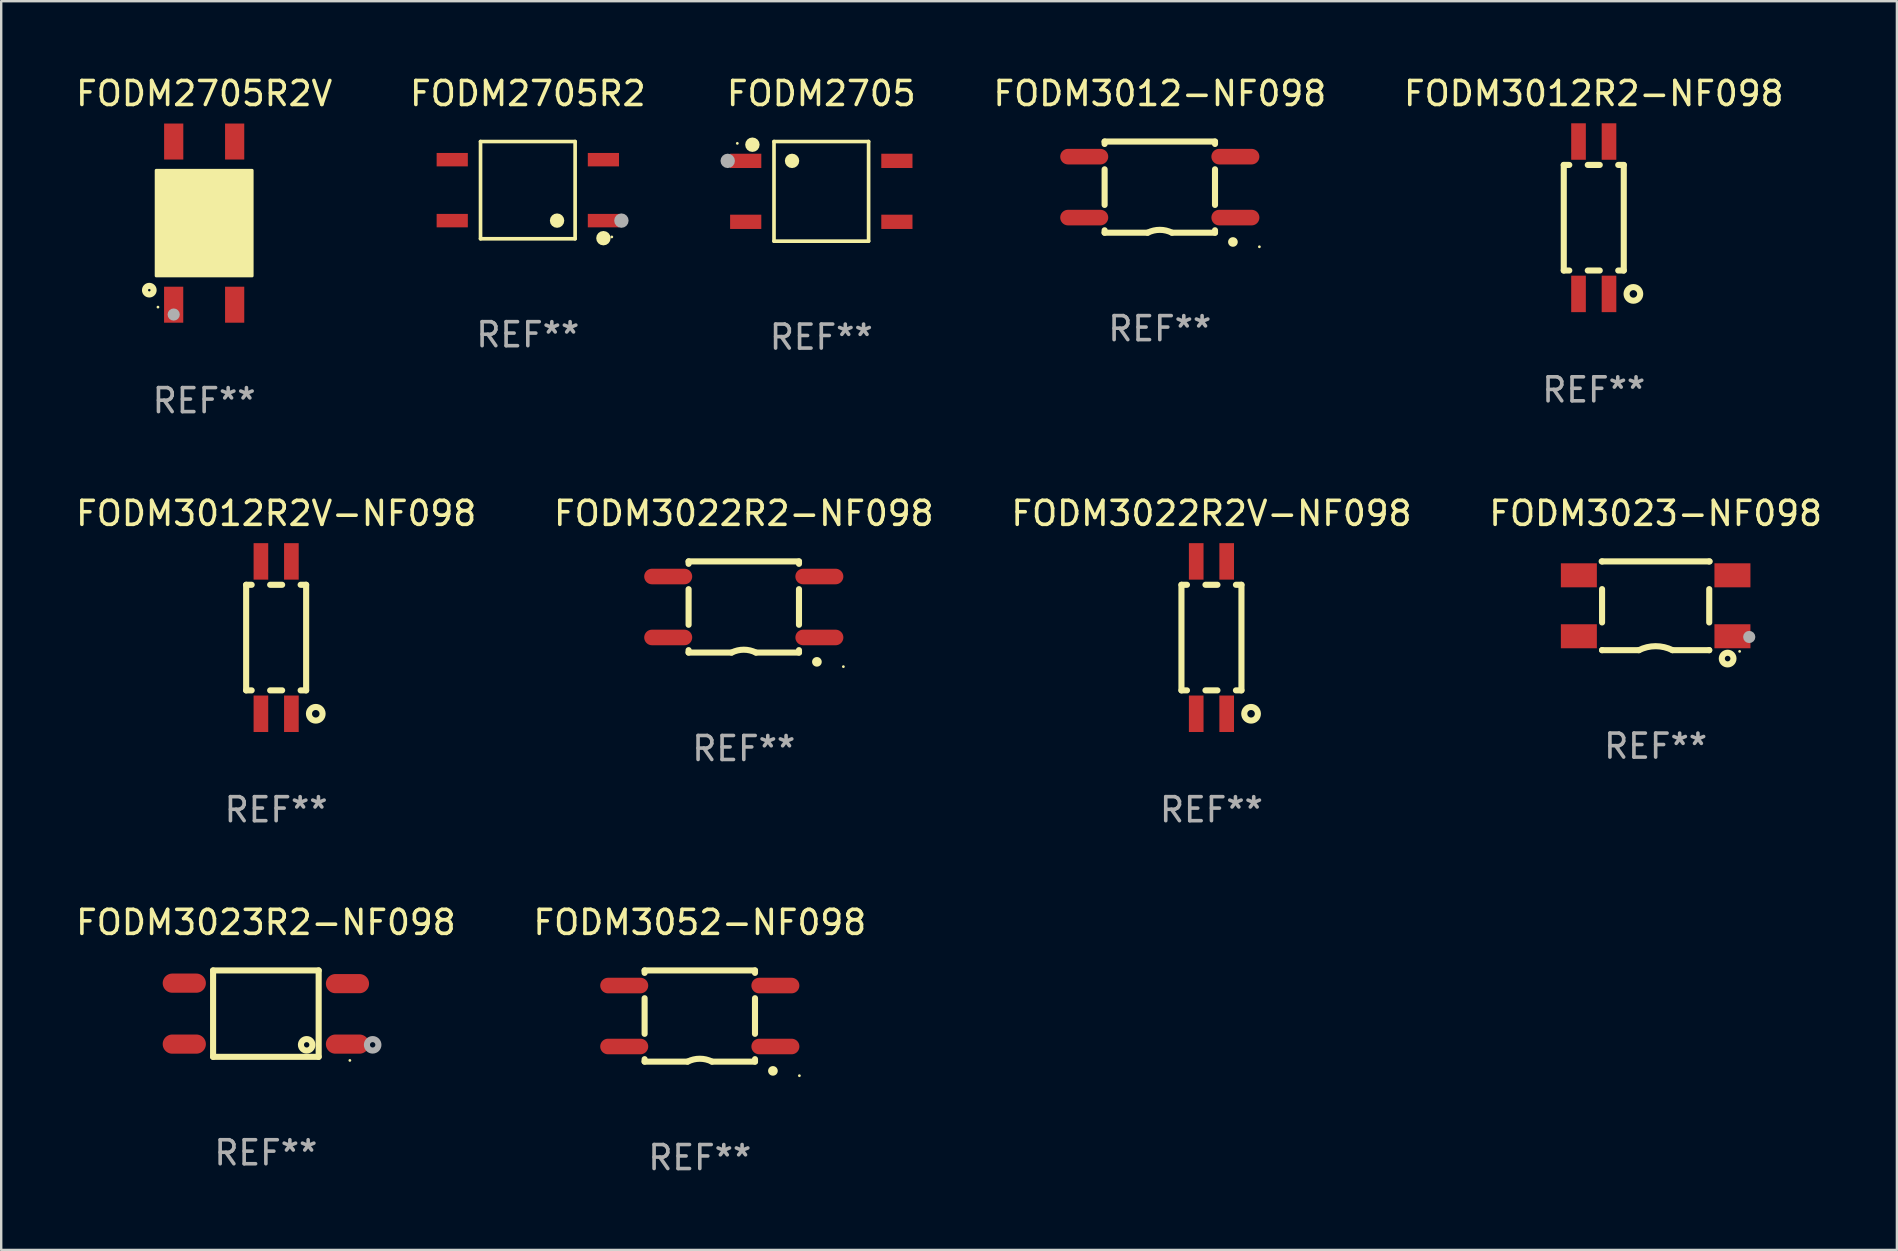
<source format=kicad_pcb>
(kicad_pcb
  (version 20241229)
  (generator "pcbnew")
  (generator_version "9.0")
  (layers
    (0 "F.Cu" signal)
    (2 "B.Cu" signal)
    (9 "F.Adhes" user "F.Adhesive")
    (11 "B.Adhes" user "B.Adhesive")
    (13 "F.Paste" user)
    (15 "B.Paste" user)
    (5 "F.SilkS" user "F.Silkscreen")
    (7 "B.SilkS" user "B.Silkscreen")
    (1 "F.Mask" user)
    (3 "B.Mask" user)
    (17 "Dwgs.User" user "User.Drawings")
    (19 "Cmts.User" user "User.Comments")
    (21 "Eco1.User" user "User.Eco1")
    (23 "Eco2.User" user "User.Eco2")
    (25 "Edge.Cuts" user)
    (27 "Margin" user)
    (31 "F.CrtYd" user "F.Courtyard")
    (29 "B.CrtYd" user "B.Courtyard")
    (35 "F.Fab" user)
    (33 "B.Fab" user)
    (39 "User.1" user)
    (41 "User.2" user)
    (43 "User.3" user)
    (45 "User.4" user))
  (footprint "FODM3012R2-NF098"
    (layer "F.Cu")
    (at 63.367 6.023)
    (property "Reference" "FODM3012R2-NF098" (at 0 -5.175 0) (layer "F.SilkS") (effects (font (size 1 1) (thickness 0.15))))
    (attr through_hole)
    (fp_line (start -1.25 -2.2) (end -1.25 2.2) (stroke (width 0.254) (type solid)) (layer "F.SilkS"))
    (fp_line (start -1.25 -2.2) (end -1.02 -2.2) (stroke (width 0.254) (type solid)) (layer "F.SilkS"))
    (fp_line (start -1.25 2.2) (end -1.02 2.2) (stroke (width 0.254) (type solid)) (layer "F.SilkS"))
    (fp_line (start -0.25 -2.2) (end 0.25 -2.2) (stroke (width 0.254) (type solid)) (layer "F.SilkS"))
    (fp_line (start -0.25 2.2) (end 0.25 2.2) (stroke (width 0.254) (type solid)) (layer "F.SilkS"))
    (fp_line (start 1.02 2.2) (end 1.25 2.2) (stroke (width 0.254) (type solid)) (layer "F.SilkS"))
    (fp_line (start 1.02 -2.2) (end 1.25 -2.2) (stroke (width 0.254) (type solid)) (layer "F.SilkS"))
    (fp_line (start 1.25 2.2) (end 1.25 -2.2) (stroke (width 0.254) (type solid)) (layer "F.SilkS"))
    (fp_circle (center 1.651 3.175) (end 1.935 3.175) (stroke (width 0.254) (type solid)) (fill no) (layer "F.SilkS"))
    (fp_text user "REF**" (at 0 7.175 0) (layer "F.Fab") (effects (font (size 1 1) (thickness 0.15))))
    (pad "1" smd rect (at 0.635 3.175 180) (size 0.61 1.52) (layers "F.Cu" "F.Mask" "F.Paste"))
    (pad "2" smd rect (at -0.635 3.175 180) (size 0.61 1.52) (layers "F.Cu" "F.Mask" "F.Paste"))
    (pad "3" smd rect (at -0.635 -3.175 180) (size 0.61 1.52) (layers "F.Cu" "F.Mask" "F.Paste"))
    (pad "4" smd rect (at 0.635 -3.175 180) (size 0.61 1.52) (layers "F.Cu" "F.Mask" "F.Paste")))
  (footprint "FODM3052-NF098"
    (layer "F.Cu")
    (at 26.113 39.291)
    (property "Reference" "FODM3052-NF098" (at 0 -3.9 0) (layer "F.SilkS") (effects (font (size 1 1) (thickness 0.15))))
    (attr through_hole)
    (fp_line (start -2.3 -1.9) (end 2.3 -1.9) (stroke (width 0.254) (type solid)) (layer "F.SilkS"))
    (fp_line (start -2.3 -1.798) (end -2.3 -1.9) (stroke (width 0.254) (type solid)) (layer "F.SilkS"))
    (fp_line (start -2.3 0.742) (end -2.3 -0.742) (stroke (width 0.254) (type solid)) (layer "F.SilkS"))
    (fp_line (start -2.3 1.9) (end -2.3 1.798) (stroke (width 0.254) (type solid)) (layer "F.SilkS"))
    (fp_line (start -2.3 1.9) (end -0.508 1.9) (stroke (width 0.254) (type solid)) (layer "F.SilkS"))
    (fp_line (start 2.3 -1.798) (end 2.3 -1.9) (stroke (width 0.254) (type solid)) (layer "F.SilkS"))
    (fp_line (start 2.3 0.742) (end 2.3 -0.742) (stroke (width 0.254) (type solid)) (layer "F.SilkS"))
    (fp_line (start 2.3 1.9) (end 0.508 1.9) (stroke (width 0.254) (type solid)) (layer "F.SilkS"))
    (fp_line (start 2.3 1.9) (end 2.3 1.798) (stroke (width 0.254) (type solid)) (layer "F.SilkS"))
    (fp_arc (start -0.508001 1.899975) (mid -0.000133 1.780049) (end 0.507747 1.899924) (stroke (width 0.254001) (type solid)) (layer "F.SilkS"))
    (fp_arc (start 3.045466 2.286005) (mid 3.046736 2.286) (end 3.048006 2.286005) (stroke (width 0.4) (type solid)) (layer "F.SilkS"))
    (fp_circle (center 4.15 2.486) (end 4.18 2.486) (stroke (width 0.06) (type solid)) (fill no) (layer "F.SilkS"))
    (fp_text user "REF**" (at 0 5.9 0) (layer "F.Fab") (effects (font (size 1 1) (thickness 0.15))))
    (pad "1" smd oval (at 3.15 1.27 270) (size 0.65 2) (layers "F.Cu" "F.Mask" "F.Paste"))
    (pad "2" smd oval (at 3.149 -1.27 270) (size 0.65 2) (layers "F.Cu" "F.Mask" "F.Paste"))
    (pad "3" smd oval (at -3.15 -1.27 270) (size 0.65 2) (layers "F.Cu" "F.Mask" "F.Paste"))
    (pad "4" smd oval (at -3.15 1.27 270) (size 0.65 2) (layers "F.Cu" "F.Mask" "F.Paste")))
  (footprint "FODM2705"
    (layer "F.Cu")
    (at 31.176 4.924)
    (property "Reference" "FODM2705" (at 0 -4.076 0) (layer "F.SilkS") (effects (font (size 1 1) (thickness 0.15))))
    (attr through_hole)
    (fp_line (start -1.971 -2.076) (end 1.971 -2.076) (stroke (width 0.152) (type solid)) (layer "F.SilkS"))
    (fp_line (start -1.971 2.076) (end -1.971 -2.076) (stroke (width 0.152) (type solid)) (layer "F.SilkS"))
    (fp_line (start 1.971 -2.076) (end 1.971 2.076) (stroke (width 0.152) (type solid)) (layer "F.SilkS"))
    (fp_line (start 1.971 2.076) (end -1.971 2.076) (stroke (width 0.152) (type solid)) (layer "F.SilkS"))
    (fp_circle (center -3.5 -2) (end -3.47 -2) (stroke (width 0.06) (type solid)) (fill no) (layer "F.SilkS"))
    (fp_circle (center -2.871 -1.944) (end -2.72 -1.944) (stroke (width 0.3) (type solid)) (fill no) (layer "F.SilkS"))
    (fp_circle (center -1.219 -1.27) (end -1.069 -1.27) (stroke (width 0.3) (type solid)) (fill no) (layer "F.SilkS"))
    (fp_circle (center -3.9 -1.27) (end -3.75 -1.27) (stroke (width 0.3) (type solid)) (fill no) (layer "F.Fab"))
    (fp_text user "REF**" (at 0 6.076 0) (layer "F.Fab") (effects (font (size 1 1) (thickness 0.15))))
    (pad "1" smd rect (at -3.15 -1.27 270) (size 0.595 1.3) (layers "F.Cu" "F.Mask" "F.Paste"))
    (pad "2" smd rect (at -3.15 1.27 270) (size 0.595 1.3) (layers "F.Cu" "F.Mask" "F.Paste"))
    (pad "3" smd rect (at 3.15 1.27 270) (size 0.595 1.3) (layers "F.Cu" "F.Mask" "F.Paste"))
    (pad "4" smd rect (at 3.15 -1.27 270) (size 0.595 1.3) (layers "F.Cu" "F.Mask" "F.Paste")))
  (footprint "FODM3022R2-NF098"
    (layer "F.Cu")
    (at 27.946 22.245)
    (property "Reference" "FODM3022R2-NF098" (at 0 -3.9 0) (layer "F.SilkS") (effects (font (size 1 1) (thickness 0.15))))
    (attr through_hole)
    (fp_line (start -2.3 -1.9) (end 2.3 -1.9) (stroke (width 0.254) (type solid)) (layer "F.SilkS"))
    (fp_line (start -2.3 -1.798) (end -2.3 -1.9) (stroke (width 0.254) (type solid)) (layer "F.SilkS"))
    (fp_line (start -2.3 0.742) (end -2.3 -0.742) (stroke (width 0.254) (type solid)) (layer "F.SilkS"))
    (fp_line (start -2.3 1.9) (end -2.3 1.798) (stroke (width 0.254) (type solid)) (layer "F.SilkS"))
    (fp_line (start -2.3 1.9) (end -0.508 1.9) (stroke (width 0.254) (type solid)) (layer "F.SilkS"))
    (fp_line (start 2.3 -1.798) (end 2.3 -1.9) (stroke (width 0.254) (type solid)) (layer "F.SilkS"))
    (fp_line (start 2.3 0.742) (end 2.3 -0.742) (stroke (width 0.254) (type solid)) (layer "F.SilkS"))
    (fp_line (start 2.3 1.9) (end 0.508 1.9) (stroke (width 0.254) (type solid)) (layer "F.SilkS"))
    (fp_line (start 2.3 1.9) (end 2.3 1.798) (stroke (width 0.254) (type solid)) (layer "F.SilkS"))
    (fp_arc (start -0.508001 1.899975) (mid -0.000133 1.780049) (end 0.507747 1.899924) (stroke (width 0.254001) (type solid)) (layer "F.SilkS"))
    (fp_arc (start 3.045466 2.286005) (mid 3.046736 2.286) (end 3.048006 2.286005) (stroke (width 0.4) (type solid)) (layer "F.SilkS"))
    (fp_circle (center 4.15 2.486) (end 4.18 2.486) (stroke (width 0.06) (type solid)) (fill no) (layer "F.SilkS"))
    (fp_text user "REF**" (at 0 5.9 0) (layer "F.Fab") (effects (font (size 1 1) (thickness 0.15))))
    (pad "1" smd oval (at 3.15 1.27 270) (size 0.65 2) (layers "F.Cu" "F.Mask" "F.Paste"))
    (pad "2" smd oval (at 3.149 -1.27 270) (size 0.65 2) (layers "F.Cu" "F.Mask" "F.Paste"))
    (pad "3" smd oval (at -3.15 -1.27 270) (size 0.65 2) (layers "F.Cu" "F.Mask" "F.Paste"))
    (pad "4" smd oval (at -3.15 1.27 270) (size 0.65 2) (layers "F.Cu" "F.Mask" "F.Paste")))
  (footprint "FODM3012-NF098"
    (layer "F.Cu")
    (at 45.283 4.748)
    (property "Reference" "FODM3012-NF098" (at 0 -3.9 0) (layer "F.SilkS") (effects (font (size 1 1) (thickness 0.15))))
    (attr through_hole)
    (fp_line (start -2.3 -1.9) (end 2.3 -1.9) (stroke (width 0.254) (type solid)) (layer "F.SilkS"))
    (fp_line (start -2.3 -1.798) (end -2.3 -1.9) (stroke (width 0.254) (type solid)) (layer "F.SilkS"))
    (fp_line (start -2.3 0.742) (end -2.3 -0.742) (stroke (width 0.254) (type solid)) (layer "F.SilkS"))
    (fp_line (start -2.3 1.9) (end -2.3 1.798) (stroke (width 0.254) (type solid)) (layer "F.SilkS"))
    (fp_line (start -2.3 1.9) (end -0.508 1.9) (stroke (width 0.254) (type solid)) (layer "F.SilkS"))
    (fp_line (start 2.3 -1.798) (end 2.3 -1.9) (stroke (width 0.254) (type solid)) (layer "F.SilkS"))
    (fp_line (start 2.3 0.742) (end 2.3 -0.742) (stroke (width 0.254) (type solid)) (layer "F.SilkS"))
    (fp_line (start 2.3 1.9) (end 0.508 1.9) (stroke (width 0.254) (type solid)) (layer "F.SilkS"))
    (fp_line (start 2.3 1.9) (end 2.3 1.798) (stroke (width 0.254) (type solid)) (layer "F.SilkS"))
    (fp_arc (start -0.508001 1.899975) (mid -0.000133 1.780049) (end 0.507747 1.899924) (stroke (width 0.254001) (type solid)) (layer "F.SilkS"))
    (fp_arc (start 3.045466 2.286005) (mid 3.046736 2.286) (end 3.048006 2.286005) (stroke (width 0.4) (type solid)) (layer "F.SilkS"))
    (fp_circle (center 4.15 2.486) (end 4.18 2.486) (stroke (width 0.06) (type solid)) (fill no) (layer "F.SilkS"))
    (fp_text user "REF**" (at 0 5.9 0) (layer "F.Fab") (effects (font (size 1 1) (thickness 0.15))))
    (pad "1" smd oval (at 3.15 1.27 270) (size 0.65 2) (layers "F.Cu" "F.Mask" "F.Paste"))
    (pad "2" smd oval (at 3.149 -1.27 270) (size 0.65 2) (layers "F.Cu" "F.Mask" "F.Paste"))
    (pad "3" smd oval (at -3.15 -1.27 270) (size 0.65 2) (layers "F.Cu" "F.Mask" "F.Paste"))
    (pad "4" smd oval (at -3.15 1.27 270) (size 0.65 2) (layers "F.Cu" "F.Mask" "F.Paste")))
  (footprint "FODM3012R2V-NF098"
    (layer "F.Cu")
    (at 8.458 23.52)
    (property "Reference" "FODM3012R2V-NF098" (at 0 -5.175 0) (layer "F.SilkS") (effects (font (size 1 1) (thickness 0.15))))
    (attr through_hole)
    (fp_line (start -1.25 -2.2) (end -1.25 2.2) (stroke (width 0.254) (type solid)) (layer "F.SilkS"))
    (fp_line (start -1.25 -2.2) (end -1.02 -2.2) (stroke (width 0.254) (type solid)) (layer "F.SilkS"))
    (fp_line (start -1.25 2.2) (end -1.02 2.2) (stroke (width 0.254) (type solid)) (layer "F.SilkS"))
    (fp_line (start -0.25 -2.2) (end 0.25 -2.2) (stroke (width 0.254) (type solid)) (layer "F.SilkS"))
    (fp_line (start -0.25 2.2) (end 0.25 2.2) (stroke (width 0.254) (type solid)) (layer "F.SilkS"))
    (fp_line (start 1.02 2.2) (end 1.25 2.2) (stroke (width 0.254) (type solid)) (layer "F.SilkS"))
    (fp_line (start 1.02 -2.2) (end 1.25 -2.2) (stroke (width 0.254) (type solid)) (layer "F.SilkS"))
    (fp_line (start 1.25 2.2) (end 1.25 -2.2) (stroke (width 0.254) (type solid)) (layer "F.SilkS"))
    (fp_circle (center 1.651 3.175) (end 1.935 3.175) (stroke (width 0.254) (type solid)) (fill no) (layer "F.SilkS"))
    (fp_text user "REF**" (at 0 7.175 0) (layer "F.Fab") (effects (font (size 1 1) (thickness 0.15))))
    (pad "1" smd rect (at 0.635 3.175 180) (size 0.61 1.52) (layers "F.Cu" "F.Mask" "F.Paste"))
    (pad "2" smd rect (at -0.635 3.175 180) (size 0.61 1.52) (layers "F.Cu" "F.Mask" "F.Paste"))
    (pad "3" smd rect (at -0.635 -3.175 180) (size 0.61 1.52) (layers "F.Cu" "F.Mask" "F.Paste"))
    (pad "4" smd rect (at 0.635 -3.175 180) (size 0.61 1.52) (layers "F.Cu" "F.Mask" "F.Paste")))
  (footprint "FODM2705R2V"
    (layer "F.Cu")
    (at 5.458 6.248)
    (property "Reference" "FODM2705R2V" (at 0 -5.4 0) (layer "F.SilkS") (effects (font (size 1 1) (thickness 0.15))))
    (attr through_hole)
    (fp_circle (center -2.286 2.794) (end -2.107 2.794) (stroke (width 0.254) (type solid)) (fill no) (layer "F.SilkS"))
    (fp_circle (center -1.925 3.5) (end -1.895 3.5) (stroke (width 0.06) (type solid)) (fill no) (layer "F.SilkS"))
    (fp_circle (center -1.017 1.27) (end -0.636 1.27) (stroke (width 0.254) (type solid)) (fill no) (layer "F.SilkS"))
    (fp_poly (pts (xy -2 -2.2) (xy 2 -2.2) (xy 2 2.2) (xy -2 2.2)) (stroke (width 0.12) (type solid)) (fill yes) (layer "F.SilkS"))
    (fp_circle (center -1.27 3.81) (end -1.143 3.81) (stroke (width 0.254) (type solid)) (fill no) (layer "F.Fab"))
    (fp_text user "REF**" (at 0 7.4 0) (layer "F.Fab") (effects (font (size 1 1) (thickness 0.15))))
    (pad "1" smd rect (at -1.271 3.4 90) (size 1.5 0.8) (layers "F.Cu" "F.Mask" "F.Paste"))
    (pad "2" smd rect (at 1.271 3.4 90) (size 1.5 0.8) (layers "F.Cu" "F.Mask" "F.Paste"))
    (pad "3" smd rect (at 1.271 -3.4 90) (size 1.5 0.8) (layers "F.Cu" "F.Mask" "F.Paste"))
    (pad "4" smd rect (at -1.269 -3.4 90) (size 1.5 0.8) (layers "F.Cu" "F.Mask" "F.Paste")))
  (footprint "FODM2705R2"
    (layer "F.Cu")
    (at 18.946 4.874)
    (property "Reference" "FODM2705R2" (at 0 -4.026 0) (layer "F.SilkS") (effects (font (size 1 1) (thickness 0.15))))
    (attr through_hole)
    (fp_line (start -1.971 -2.026) (end 1.971 -2.026) (stroke (width 0.152) (type solid)) (layer "F.SilkS"))
    (fp_line (start -1.971 2.026) (end -1.971 -2.026) (stroke (width 0.152) (type solid)) (layer "F.SilkS"))
    (fp_line (start 1.971 -2.026) (end 1.971 2.026) (stroke (width 0.152) (type solid)) (layer "F.SilkS"))
    (fp_line (start 1.971 2.026) (end -1.971 2.026) (stroke (width 0.152) (type solid)) (layer "F.SilkS"))
    (fp_circle (center 1.219 1.27) (end 1.369 1.27) (stroke (width 0.3) (type solid)) (fill no) (layer "F.SilkS"))
    (fp_circle (center 3.15 2.002) (end 3.3 2.002) (stroke (width 0.3) (type solid)) (fill no) (layer "F.SilkS"))
    (fp_circle (center 3.5 1.95) (end 3.53 1.95) (stroke (width 0.06) (type solid)) (fill no) (layer "F.SilkS"))
    (fp_circle (center 3.9 1.27) (end 4.05 1.27) (stroke (width 0.3) (type solid)) (fill no) (layer "F.Fab"))
    (fp_text user "REF**" (at 0 6.026 0) (layer "F.Fab") (effects (font (size 1 1) (thickness 0.15))))
    (pad "1" smd rect (at 3.15 1.27 90) (size 0.56 1.3) (layers "F.Cu" "F.Mask" "F.Paste"))
    (pad "2" smd rect (at 3.15 -1.27 90) (size 0.56 1.3) (layers "F.Cu" "F.Mask" "F.Paste"))
    (pad "3" smd rect (at -3.15 -1.27 90) (size 0.56 1.3) (layers "F.Cu" "F.Mask" "F.Paste"))
    (pad "4" smd rect (at -3.15 1.27 90) (size 0.56 1.3) (layers "F.Cu" "F.Mask" "F.Paste")))
  (footprint "FODM3023-NF098"
    (layer "F.Cu")
    (at 65.946 22.195)
    (property "Reference" "FODM3023-NF098" (at 0 -3.85 0) (layer "F.SilkS") (effects (font (size 1 1) (thickness 0.15))))
    (attr through_hole)
    (fp_line (start -2.25 -1.85) (end 2.25 -1.85) (stroke (width 0.254) (type solid)) (layer "F.SilkS"))
    (fp_line (start -2.233 -1.845) (end -2.233 -1.85) (stroke (width 0.254) (type solid)) (layer "F.SilkS"))
    (fp_line (start -2.233 0.695) (end -2.233 -0.695) (stroke (width 0.254) (type solid)) (layer "F.SilkS"))
    (fp_line (start -2.233 1.85) (end -2.233 1.845) (stroke (width 0.254) (type solid)) (layer "F.SilkS"))
    (fp_line (start -2.233 1.85) (end -0.7 1.85) (stroke (width 0.254) (type solid)) (layer "F.SilkS"))
    (fp_line (start 2.233 -1.845) (end 2.233 -1.85) (stroke (width 0.254) (type solid)) (layer "F.SilkS"))
    (fp_line (start 2.233 0.695) (end 2.233 -0.695) (stroke (width 0.254) (type solid)) (layer "F.SilkS"))
    (fp_line (start 2.233 1.85) (end 0.7 1.85) (stroke (width 0.254) (type solid)) (layer "F.SilkS"))
    (fp_line (start 2.233 1.85) (end 2.233 1.845) (stroke (width 0.254) (type solid)) (layer "F.SilkS"))
    (fp_arc (start -0.700076 1.850013) (mid 0.000182 1.683921) (end 0.700711 1.84887) (stroke (width 0.254001) (type solid)) (layer "F.SilkS"))
    (fp_circle (center 3 2.2) (end 3.116 2.2) (stroke (width 0.254) (type solid)) (fill no) (layer "F.SilkS"))
    (fp_circle (center 3.5 1.9) (end 3.53 1.9) (stroke (width 0.06) (type solid)) (fill no) (layer "F.SilkS"))
    (fp_circle (center 3.9 1.3) (end 4.027 1.3) (stroke (width 0.254) (type solid)) (fill no) (layer "F.Fab"))
    (fp_text user "REF**" (at 0 5.85 0) (layer "F.Fab") (effects (font (size 1 1) (thickness 0.15))))
    (pad "1" smd rect (at 3.2 1.27 180) (size 1.5 1.001) (layers "F.Cu" "F.Mask" "F.Paste"))
    (pad "2" smd rect (at 3.2 -1.27 180) (size 1.5 1.001) (layers "F.Cu" "F.Mask" "F.Paste"))
    (pad "3" smd rect (at -3.2 -1.27 180) (size 1.5 1.001) (layers "F.Cu" "F.Mask" "F.Paste"))
    (pad "4" smd rect (at -3.2 1.27 180) (size 1.5 1.001) (layers "F.Cu" "F.Mask" "F.Paste")))
  (footprint "FODM3022R2V-NF098"
    (layer "F.Cu")
    (at 47.435 23.52)
    (property "Reference" "FODM3022R2V-NF098" (at 0 -5.175 0) (layer "F.SilkS") (effects (font (size 1 1) (thickness 0.15))))
    (attr through_hole)
    (fp_line (start -1.25 -2.2) (end -1.25 2.2) (stroke (width 0.254) (type solid)) (layer "F.SilkS"))
    (fp_line (start -1.25 -2.2) (end -1.02 -2.2) (stroke (width 0.254) (type solid)) (layer "F.SilkS"))
    (fp_line (start -1.25 2.2) (end -1.02 2.2) (stroke (width 0.254) (type solid)) (layer "F.SilkS"))
    (fp_line (start -0.25 -2.2) (end 0.25 -2.2) (stroke (width 0.254) (type solid)) (layer "F.SilkS"))
    (fp_line (start -0.25 2.2) (end 0.25 2.2) (stroke (width 0.254) (type solid)) (layer "F.SilkS"))
    (fp_line (start 1.02 2.2) (end 1.25 2.2) (stroke (width 0.254) (type solid)) (layer "F.SilkS"))
    (fp_line (start 1.02 -2.2) (end 1.25 -2.2) (stroke (width 0.254) (type solid)) (layer "F.SilkS"))
    (fp_line (start 1.25 2.2) (end 1.25 -2.2) (stroke (width 0.254) (type solid)) (layer "F.SilkS"))
    (fp_circle (center 1.651 3.175) (end 1.935 3.175) (stroke (width 0.254) (type solid)) (fill no) (layer "F.SilkS"))
    (fp_text user "REF**" (at 0 7.175 0) (layer "F.Fab") (effects (font (size 1 1) (thickness 0.15))))
    (pad "1" smd rect (at 0.635 3.175 180) (size 0.61 1.52) (layers "F.Cu" "F.Mask" "F.Paste"))
    (pad "2" smd rect (at -0.635 3.175 180) (size 0.61 1.52) (layers "F.Cu" "F.Mask" "F.Paste"))
    (pad "3" smd rect (at -0.635 -3.175 180) (size 0.61 1.52) (layers "F.Cu" "F.Mask" "F.Paste"))
    (pad "4" smd rect (at 0.635 -3.175 180) (size 0.61 1.52) (layers "F.Cu" "F.Mask" "F.Paste")))
  (footprint "FODM3023R2-NF098"
    (layer "F.Cu")
    (at 8.03 39.191)
    (property "Reference" "FODM3023R2-NF098" (at 0 -3.8 0) (layer "F.SilkS") (effects (font (size 1 1) (thickness 0.15))))
    (attr through_hole)
    (fp_line (start -2.2 -1.8) (end 2.2 -1.8) (stroke (width 0.254) (type solid)) (layer "F.SilkS"))
    (fp_line (start -2.2 1.8) (end -2.2 -1.8) (stroke (width 0.254) (type solid)) (layer "F.SilkS"))
    (fp_line (start 2.2 -1.8) (end 2.2 1.8) (stroke (width 0.254) (type solid)) (layer "F.SilkS"))
    (fp_line (start 2.2 1.8) (end -2.2 1.8) (stroke (width 0.254) (type solid)) (layer "F.SilkS"))
    (fp_circle (center 1.7 1.3) (end 1.812 1.3) (stroke (width 0.254) (type solid)) (fill no) (layer "F.SilkS"))
    (fp_circle (center 3.5 1.95) (end 3.53 1.95) (stroke (width 0.06) (type solid)) (fill no) (layer "F.SilkS"))
    (fp_circle (center 4.45 1.3) (end 4.562 1.3) (stroke (width 0.254) (type solid)) (fill no) (layer "F.Fab"))
    (fp_text user "REF**" (at 0 5.8 0) (layer "F.Fab") (effects (font (size 1 1) (thickness 0.15))))
    (pad "1" smd oval (at 3.4 1.27 180) (size 1.8 0.8) (layers "F.Cu" "F.Mask" "F.Paste"))
    (pad "3" smd oval (at 3.4 -1.25 180) (size 1.8 0.8) (layers "F.Cu" "F.Mask" "F.Paste"))
    (pad "4" smd oval (at -3.4 -1.27 180) (size 1.8 0.8) (layers "F.Cu" "F.Mask" "F.Paste"))
    (pad "6" smd oval (at -3.4 1.27 180) (size 1.8 0.8) (layers "F.Cu" "F.Mask" "F.Paste")))
  (gr_rect
    (start -3 -3)
    (end 76 49.039)
    (stroke (width 0.1) (type default))
    (fill no)
    (layer "Edge.Cuts")))
</source>
